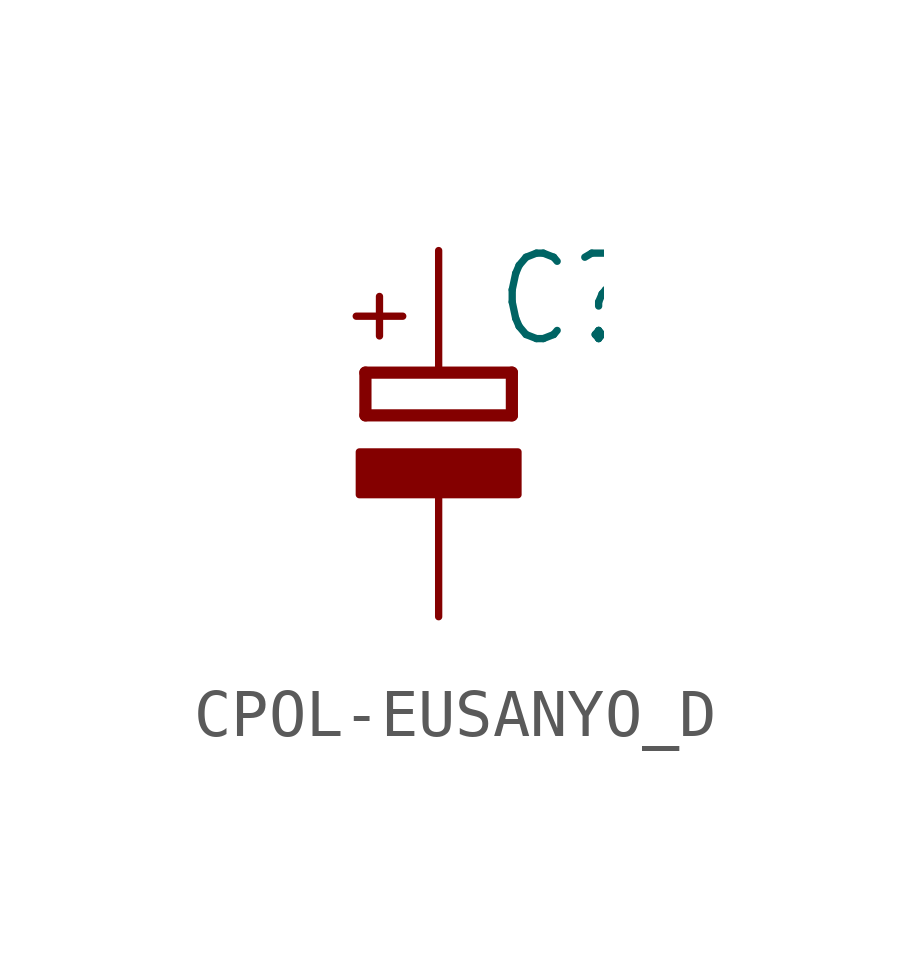
<source format=kicad_sym>
(kicad_symbol_lib
  (version 20231120)
  (generator "kicad_symbol_editor")
  (generator_version "8.0")
  (symbol "CPOL-EUSANYO_D"
    (property "Reference" "C"
      (at 1.143 0.483 0)
      (effects (font (size 1.778 1.511)) (justify left bottom)))
    (property "Value" ""
      (at 1.143 -4.597 0)
      (effects (font (size 1.778 1.511)) (justify left bottom)))
    (property "ki_locked" ""
      (at 0 0 0)
      (effects (font (size 1.27 1.27))))
    (symbol "CPOL-EUSANYO_D_1_0"
      (rectangle (start -1.651 -2.54) (end 1.651 -1.651) (stroke (width 0) (type default)) (fill (type outline)))
      (polyline (pts (xy -1.524 -0.889) (xy 1.524 -0.889)) (stroke (width 0.254) (type solid)) (fill (type none)))
      (polyline (pts (xy -1.524 0) (xy -1.524 -0.889)) (stroke (width 0.254) (type solid)) (fill (type none)))
      (polyline (pts (xy -1.524 0) (xy 1.524 0)) (stroke (width 0.254) (type solid)) (fill (type none)))
      (polyline (pts (xy 1.524 -0.889) (xy 1.524 0)) (stroke (width 0.254) (type solid)) (fill (type none)))
      (text "+" (at -0.584 0.406 900) (effects (font (size 1.27 1.079)) (justify left bottom)))
      (pin passive line (at 0 2.54 270) (length 2.54) (name "+" (effects (font (size 0 0)))) (number "+" (effects (font (size 0 0)))))
      (pin passive line (at 0 -5.08 90) (length 2.54) (name "-" (effects (font (size 0 0)))) (number "-" (effects (font (size 0 0))))))))
</source>
